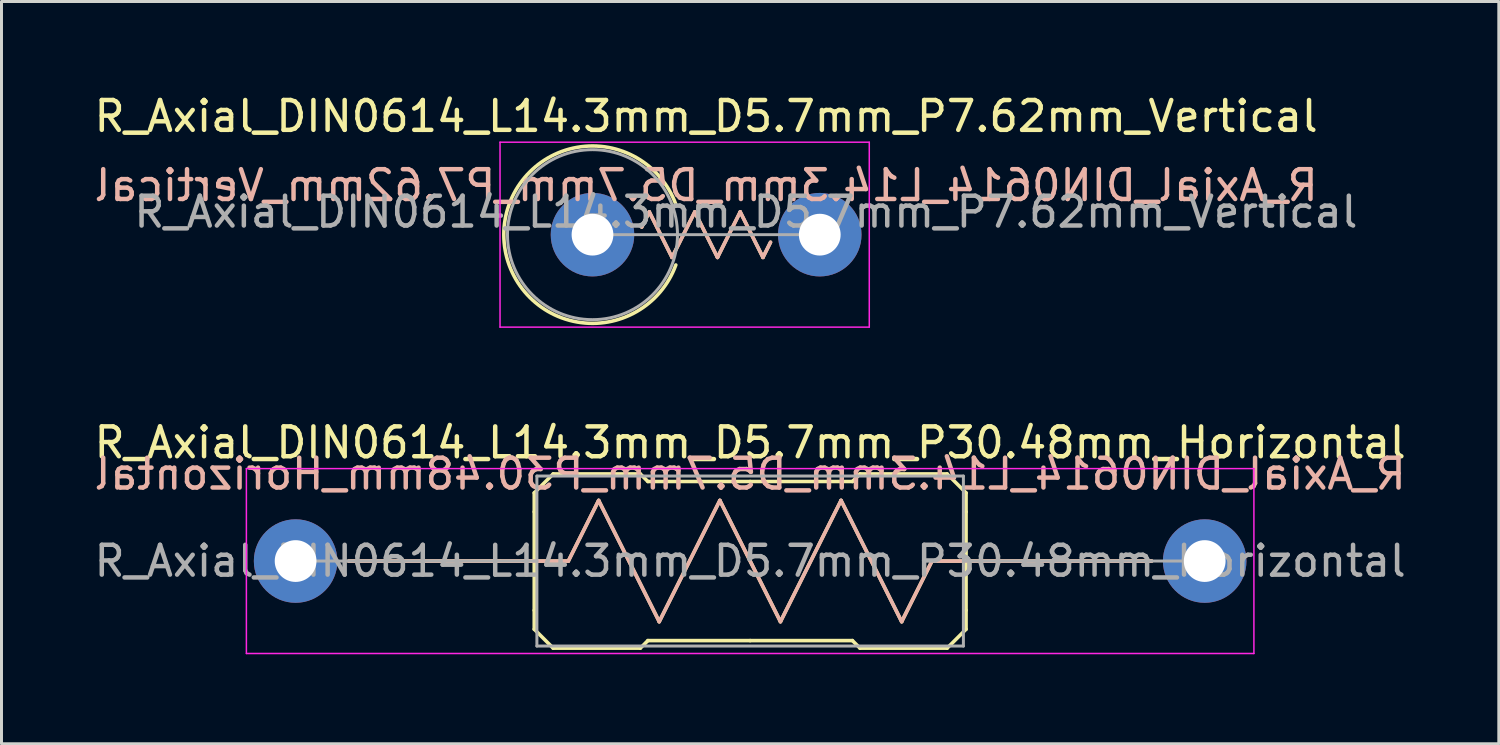
<source format=kicad_pcb>
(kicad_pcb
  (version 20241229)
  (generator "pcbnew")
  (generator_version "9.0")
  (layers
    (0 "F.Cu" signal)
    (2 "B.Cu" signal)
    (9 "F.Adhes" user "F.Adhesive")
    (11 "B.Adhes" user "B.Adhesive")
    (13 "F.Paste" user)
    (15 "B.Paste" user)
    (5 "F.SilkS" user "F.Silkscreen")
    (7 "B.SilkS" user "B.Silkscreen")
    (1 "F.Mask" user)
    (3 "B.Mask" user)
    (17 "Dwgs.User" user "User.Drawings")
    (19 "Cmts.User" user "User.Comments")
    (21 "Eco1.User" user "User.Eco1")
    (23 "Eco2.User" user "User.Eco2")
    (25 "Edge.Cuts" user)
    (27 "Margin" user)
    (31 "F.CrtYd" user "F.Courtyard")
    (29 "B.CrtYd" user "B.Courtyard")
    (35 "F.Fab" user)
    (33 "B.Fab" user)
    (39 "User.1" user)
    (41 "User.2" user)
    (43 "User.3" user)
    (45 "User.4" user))
  (footprint "R_Axial_DIN0614_L14.3mm_D5.7mm_P30.48mm_Horizontal"
    (layer "F.Cu")
    (at 6.861 15.761)
    (property "Reference" "R_Axial_DIN0614_L14.3mm_D5.7mm_P30.48mm_Horizontal" (at 15.24 -3.97 0) (layer "F.SilkS") (effects (font (size 1 1) (thickness 0.15))))
    (attr through_hole)
    (fp_line (start 6.858 0) (end 1.778 0) (stroke (width 0.12) (type solid)) (layer "F.SilkS"))
    (fp_line (start 6.858 0) (end 8.001 0) (stroke (width 0.12) (type solid)) (layer "F.SilkS"))
    (fp_line (start 8.001 -2.286) (end 8.001 -1.651) (stroke (width 0.12) (type solid)) (layer "F.SilkS"))
    (fp_line (start 8.001 -2.286) (end 8.636 -2.921) (stroke (width 0.12) (type solid)) (layer "F.SilkS"))
    (fp_line (start 8.001 0) (end 9.144 0) (stroke (width 0.12) (type solid)) (layer "F.SilkS"))
    (fp_line (start 8.001 1.651) (end 8.001 -1.651) (stroke (width 0.12) (type solid)) (layer "F.SilkS"))
    (fp_line (start 8.001 2.286) (end 8.001 1.651) (stroke (width 0.12) (type solid)) (layer "F.SilkS"))
    (fp_line (start 8.001 2.286) (end 8.636 2.921) (stroke (width 0.12) (type solid)) (layer "F.SilkS"))
    (fp_line (start 8.636 -2.921) (end 11.557 -2.921) (stroke (width 0.12) (type solid)) (layer "F.SilkS"))
    (fp_line (start 8.636 2.921) (end 11.557 2.921) (stroke (width 0.12) (type solid)) (layer "F.SilkS"))
    (fp_line (start 9.144 0) (end 10.16 -2.032) (stroke (width 0.12) (type solid)) (layer "F.SilkS"))
    (fp_line (start 10.16 -2.032) (end 12.192 2.032) (stroke (width 0.12) (type solid)) (layer "F.SilkS"))
    (fp_line (start 11.557 -2.921) (end 11.811 -2.667) (stroke (width 0.12) (type solid)) (layer "F.SilkS"))
    (fp_line (start 11.557 2.921) (end 11.811 2.667) (stroke (width 0.12) (type solid)) (layer "F.SilkS"))
    (fp_line (start 11.811 -2.667) (end 15.24 -2.667) (stroke (width 0.12) (type solid)) (layer "F.SilkS"))
    (fp_line (start 11.811 2.667) (end 15.24 2.667) (stroke (width 0.12) (type solid)) (layer "F.SilkS"))
    (fp_line (start 12.192 2.032) (end 14.224 -2.032) (stroke (width 0.12) (type solid)) (layer "F.SilkS"))
    (fp_line (start 14.224 -2.032) (end 16.256 2.032) (stroke (width 0.12) (type solid)) (layer "F.SilkS"))
    (fp_line (start 16.256 2.032) (end 18.288 -2.032) (stroke (width 0.12) (type solid)) (layer "F.SilkS"))
    (fp_line (start 18.288 -2.032) (end 20.32 2.032) (stroke (width 0.12) (type solid)) (layer "F.SilkS"))
    (fp_line (start 18.669 -2.667) (end 15.24 -2.667) (stroke (width 0.12) (type solid)) (layer "F.SilkS"))
    (fp_line (start 18.669 2.667) (end 15.24 2.667) (stroke (width 0.12) (type solid)) (layer "F.SilkS"))
    (fp_line (start 18.923 -2.921) (end 18.669 -2.667) (stroke (width 0.12) (type solid)) (layer "F.SilkS"))
    (fp_line (start 18.923 2.921) (end 18.669 2.667) (stroke (width 0.12) (type solid)) (layer "F.SilkS"))
    (fp_line (start 20.32 2.032) (end 21.336 0) (stroke (width 0.12) (type solid)) (layer "F.SilkS"))
    (fp_line (start 21.844 -2.921) (end 18.923 -2.921) (stroke (width 0.12) (type solid)) (layer "F.SilkS"))
    (fp_line (start 21.844 2.921) (end 18.923 2.921) (stroke (width 0.12) (type solid)) (layer "F.SilkS"))
    (fp_line (start 22.479 -2.286) (end 21.844 -2.921) (stroke (width 0.12) (type solid)) (layer "F.SilkS"))
    (fp_line (start 22.479 -2.286) (end 22.479 -1.651) (stroke (width 0.12) (type solid)) (layer "F.SilkS"))
    (fp_line (start 22.479 0) (end 21.336 0) (stroke (width 0.12) (type solid)) (layer "F.SilkS"))
    (fp_line (start 22.479 0) (end 28.702 0) (stroke (width 0.12) (type solid)) (layer "F.SilkS"))
    (fp_line (start 22.479 1.651) (end 22.479 -1.651) (stroke (width 0.12) (type solid)) (layer "F.SilkS"))
    (fp_line (start 22.479 2.286) (end 21.844 2.921) (stroke (width 0.12) (type solid)) (layer "F.SilkS"))
    (fp_line (start 22.479 2.286) (end 22.479 1.651) (stroke (width 0.12) (type solid)) (layer "F.SilkS"))
    (fp_line (start 1.778 0) (end 9.144 0) (stroke (width 0.12) (type solid)) (layer "B.SilkS"))
    (fp_line (start 9.144 0) (end 10.16 -2.032) (stroke (width 0.12) (type solid)) (layer "B.SilkS"))
    (fp_line (start 10.16 -2.032) (end 12.192 2.032) (stroke (width 0.12) (type solid)) (layer "B.SilkS"))
    (fp_line (start 12.192 2.032) (end 14.224 -2.032) (stroke (width 0.12) (type solid)) (layer "B.SilkS"))
    (fp_line (start 14.224 -2.032) (end 16.256 2.032) (stroke (width 0.12) (type solid)) (layer "B.SilkS"))
    (fp_line (start 16.256 2.032) (end 18.288 -2.032) (stroke (width 0.12) (type solid)) (layer "B.SilkS"))
    (fp_line (start 18.288 -2.032) (end 20.32 2.032) (stroke (width 0.12) (type solid)) (layer "B.SilkS"))
    (fp_line (start 20.32 2.032) (end 21.336 0) (stroke (width 0.12) (type solid)) (layer "B.SilkS"))
    (fp_line (start 21.336 0) (end 28.702 0) (stroke (width 0.12) (type solid)) (layer "B.SilkS"))
    (fp_line (start -1.65 -3.1) (end -1.65 3.1) (stroke (width 0.05) (type solid)) (layer "F.CrtYd"))
    (fp_line (start -1.65 3.1) (end 32.13 3.1) (stroke (width 0.05) (type solid)) (layer "F.CrtYd"))
    (fp_line (start 32.13 -3.1) (end -1.65 -3.1) (stroke (width 0.05) (type solid)) (layer "F.CrtYd"))
    (fp_line (start 32.13 3.1) (end 32.13 -3.1) (stroke (width 0.05) (type solid)) (layer "F.CrtYd"))
    (fp_line (start 0 0) (end 8.09 0) (stroke (width 0.1) (type solid)) (layer "F.Fab"))
    (fp_line (start 8.09 -2.85) (end 8.09 2.85) (stroke (width 0.1) (type solid)) (layer "F.Fab"))
    (fp_line (start 8.09 2.85) (end 22.39 2.85) (stroke (width 0.1) (type solid)) (layer "F.Fab"))
    (fp_line (start 22.39 -2.85) (end 8.09 -2.85) (stroke (width 0.1) (type solid)) (layer "F.Fab"))
    (fp_line (start 22.39 2.85) (end 22.39 -2.85) (stroke (width 0.1) (type solid)) (layer "F.Fab"))
    (fp_line (start 30.48 0) (end 22.39 0) (stroke (width 0.1) (type solid)) (layer "F.Fab"))
    (fp_text user "${REFERENCE}" (at 15.24 -2.921 0) (unlocked yes) (layer "B.SilkS") (effects (font (size 1 1) (thickness 0.15)) (justify mirror)))
    (fp_text user "${REFERENCE}" (at 15.24 0 0) (layer "F.Fab") (effects (font (size 1 1) (thickness 0.15))))
    (pad "1" thru_hole circle (at 0 0) (size 2.8 2.8) (drill 1.4) (layers "*.Cu" "*.Mask"))
    (pad "2" thru_hole oval (at 30.48 0) (size 2.8 2.8) (drill 1.4) (layers "*.Cu" "*.Mask")))
  (footprint "R_Axial_DIN0614_L14.3mm_D5.7mm_P7.62mm_Vertical"
    (layer "F.Cu")
    (at 16.815 4.818)
    (property "Reference" "R_Axial_DIN0614_L14.3mm_D5.7mm_P7.62mm_Vertical" (at 3.81 -3.97 0) (layer "F.SilkS") (effects (font (size 1 1) (thickness 0.15))))
    (attr through_hole)
    (fp_line (start 1.651 -0.254) (end 1.905 -0.762) (stroke (width 0.12) (type solid)) (layer "F.SilkS"))
    (fp_line (start 1.905 -0.762) (end 2.667 0.762) (stroke (width 0.12) (type solid)) (layer "F.SilkS"))
    (fp_line (start 2.667 0.762) (end 3.429 -0.762) (stroke (width 0.12) (type solid)) (layer "F.SilkS"))
    (fp_line (start 3.429 -0.762) (end 4.191 0.762) (stroke (width 0.12) (type solid)) (layer "F.SilkS"))
    (fp_line (start 4.191 0.762) (end 4.953 -0.762) (stroke (width 0.12) (type solid)) (layer "F.SilkS"))
    (fp_line (start 4.953 -0.762) (end 5.715 0.762) (stroke (width 0.12) (type solid)) (layer "F.SilkS"))
    (fp_line (start 5.715 0.762) (end 5.969 0.254) (stroke (width 0.12) (type solid)) (layer "F.SilkS"))
    (fp_arc (start 2.793999 1.016) (mid -2.972993 0) (end 2.793999 -1.016) (stroke (width 0.12) (type solid)) (layer "F.SilkS"))
    (fp_line (start 1.651 -0.254) (end 1.905 -0.762) (stroke (width 0.12) (type solid)) (layer "B.SilkS"))
    (fp_line (start 1.905 -0.762) (end 2.667 0.762) (stroke (width 0.12) (type solid)) (layer "B.SilkS"))
    (fp_line (start 2.667 0.762) (end 3.429 -0.762) (stroke (width 0.12) (type solid)) (layer "B.SilkS"))
    (fp_line (start 3.429 -0.762) (end 4.191 0.762) (stroke (width 0.12) (type solid)) (layer "B.SilkS"))
    (fp_line (start 4.191 0.762) (end 4.953 -0.762) (stroke (width 0.12) (type solid)) (layer "B.SilkS"))
    (fp_line (start 4.953 -0.762) (end 5.715 0.762) (stroke (width 0.12) (type solid)) (layer "B.SilkS"))
    (fp_line (start 5.715 0.762) (end 5.969 0.254) (stroke (width 0.12) (type solid)) (layer "B.SilkS"))
    (fp_line (start -3.1 -3.1) (end -3.1 3.1) (stroke (width 0.05) (type solid)) (layer "F.CrtYd"))
    (fp_line (start -3.1 3.1) (end 9.28 3.1) (stroke (width 0.05) (type solid)) (layer "F.CrtYd"))
    (fp_line (start 9.28 -3.1) (end -3.1 -3.1) (stroke (width 0.05) (type solid)) (layer "F.CrtYd"))
    (fp_line (start 9.28 3.1) (end 9.28 -3.1) (stroke (width 0.05) (type solid)) (layer "F.CrtYd"))
    (fp_line (start 0 0) (end 7.62 0) (stroke (width 0.1) (type solid)) (layer "F.Fab"))
    (fp_circle (center 0 0) (end 2.85 0) (stroke (width 0.1) (type solid)) (fill no) (layer "F.Fab"))
    (fp_text user "${REFERENCE}" (at 3.81 -1.651 0) (unlocked yes) (layer "B.SilkS") (effects (font (size 1 1) (thickness 0.15)) (justify mirror)))
    (fp_text user "${REFERENCE}" (at 5.144 -0.762 0) (layer "F.Fab") (effects (font (size 1 1) (thickness 0.15))))
    (pad "1" thru_hole circle (at 0 0) (size 2.8 2.8) (drill 1.4) (layers "*.Cu" "*.Mask"))
    (pad "2" thru_hole oval (at 7.62 0) (size 2.8 2.8) (drill 1.4) (layers "*.Cu" "*.Mask")))
  (gr_rect
    (start -3 -3)
    (end 47.202 21.887)
    (stroke (width 0.1) (type default))
    (fill no)
    (layer "Edge.Cuts")))
</source>
